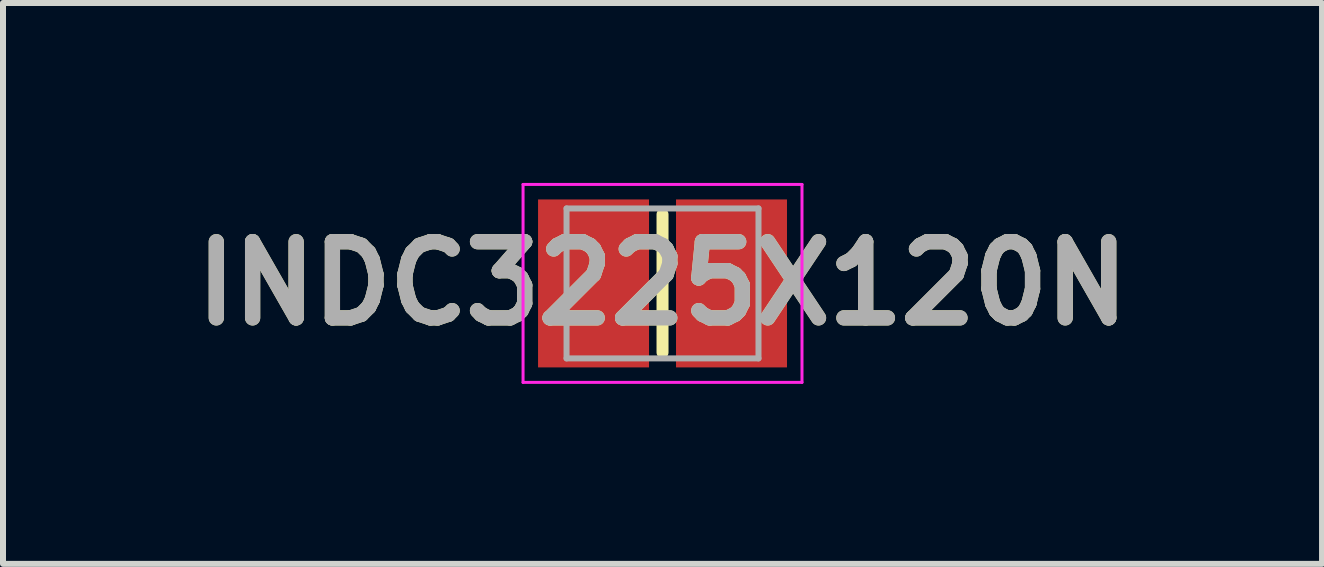
<source format=kicad_pcb>
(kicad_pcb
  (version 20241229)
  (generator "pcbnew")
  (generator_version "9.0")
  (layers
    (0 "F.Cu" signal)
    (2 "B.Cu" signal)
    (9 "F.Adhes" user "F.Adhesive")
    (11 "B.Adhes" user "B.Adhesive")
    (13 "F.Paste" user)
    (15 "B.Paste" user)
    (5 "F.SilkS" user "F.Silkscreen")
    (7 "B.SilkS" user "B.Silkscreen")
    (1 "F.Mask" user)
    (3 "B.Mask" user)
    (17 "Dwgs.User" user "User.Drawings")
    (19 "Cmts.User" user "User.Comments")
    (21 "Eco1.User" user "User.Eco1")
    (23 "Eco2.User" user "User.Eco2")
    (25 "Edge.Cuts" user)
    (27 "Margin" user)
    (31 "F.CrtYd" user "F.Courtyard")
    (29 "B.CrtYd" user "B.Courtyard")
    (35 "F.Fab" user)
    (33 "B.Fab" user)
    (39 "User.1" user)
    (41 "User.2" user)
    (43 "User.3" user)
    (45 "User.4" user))
  (footprint "INDC3225X120N"
    (layer "F.Cu")
    (at 7.995 1.675)
    (property "Reference" "INDC3225X120N" (at 0 0 0) (layer "F.SilkS") (effects (font (size 1.27 1.27) (thickness 0.254))))
    (attr smd)
    (fp_line (start 0 -1.15) (end 0 1.15) (stroke (width 0.2) (type solid)) (layer "F.SilkS"))
    (fp_line (start -2.325 -1.65) (end 2.325 -1.65) (stroke (width 0.05) (type solid)) (layer "F.CrtYd"))
    (fp_line (start -2.325 1.65) (end -2.325 -1.65) (stroke (width 0.05) (type solid)) (layer "F.CrtYd"))
    (fp_line (start 2.325 -1.65) (end 2.325 1.65) (stroke (width 0.05) (type solid)) (layer "F.CrtYd"))
    (fp_line (start 2.325 1.65) (end -2.325 1.65) (stroke (width 0.05) (type solid)) (layer "F.CrtYd"))
    (fp_line (start -1.6 -1.25) (end 1.6 -1.25) (stroke (width 0.1) (type solid)) (layer "F.Fab"))
    (fp_line (start -1.6 1.25) (end -1.6 -1.25) (stroke (width 0.1) (type solid)) (layer "F.Fab"))
    (fp_line (start 1.6 -1.25) (end 1.6 1.25) (stroke (width 0.1) (type solid)) (layer "F.Fab"))
    (fp_line (start 1.6 1.25) (end -1.6 1.25) (stroke (width 0.1) (type solid)) (layer "F.Fab"))
    (fp_text user "${REFERENCE}" (at 0 0 0) (layer "F.Fab") (effects (font (size 1.27 1.27) (thickness 0.254))))
    (pad "1" smd rect (at -1.15 0) (size 1.85 2.8) (layers "F.Cu" "F.Mask" "F.Paste"))
    (pad "2" smd rect (at 1.15 0) (size 1.85 2.8) (layers "F.Cu" "F.Mask" "F.Paste")))
  (gr_rect
    (start -3 -3)
    (end 18.99 6.35)
    (stroke (width 0.1) (type default))
    (fill no)
    (layer "Edge.Cuts")))
</source>
